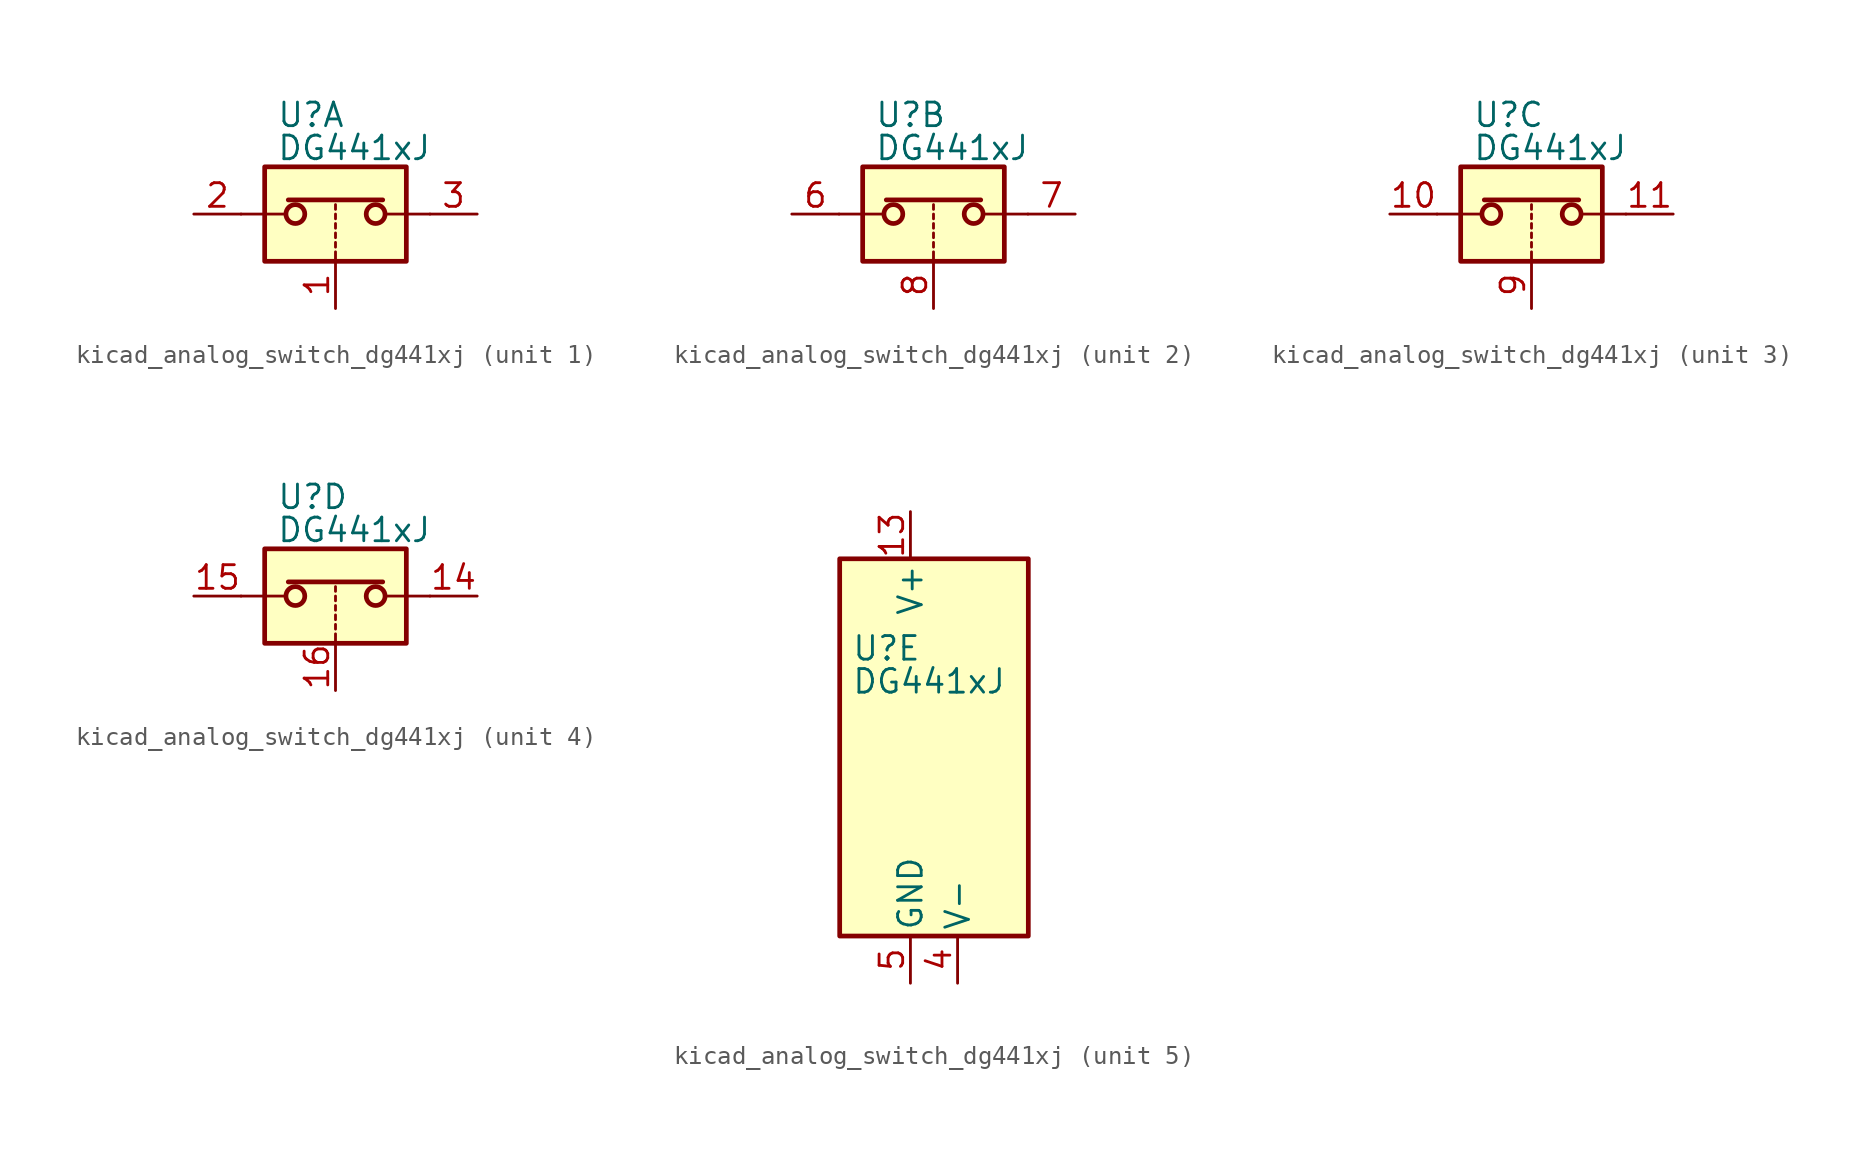
<source format=kicad_sym>
(kicad_symbol_lib
  (version 20220914)
  (generator kicad_symbol_editor)
  (symbol "kicad_analog_switch_dg441xj"
    (pin_names
      (offset 0.254))
    (property "Reference" "U"
      (at -3.175 5.334 0)
      (effects (font (size 1.27 1.27)) (justify left)))
    (property "Value" "DG441xJ"
      (at -3.175 3.556 0)
      (effects (font (size 1.27 1.27)) (justify left)))
    (symbol "kicad_analog_switch_dg441xj_1_1"
      (rectangle (start -3.81 2.54) (end 3.81 -2.54) (stroke (width 0.254) (type default)) (fill (type background)))
      (circle (center -2.159 0) (radius 0.508) (stroke (width 0.254) (type default)) (fill (type none)))
      (polyline (pts (xy -5.08 0) (xy -2.794 0)) (stroke (width 0) (type default)) (fill (type none)))
      (polyline (pts (xy -2.54 0.762) (xy 2.54 0.762)) (stroke (width 0.254) (type default)) (fill (type none)))
      (polyline (pts (xy 0 -2.54) (xy 0 -2.032)) (stroke (width 0) (type default)) (fill (type none)))
      (polyline (pts (xy 0 -1.778) (xy 0 -1.524)) (stroke (width 0) (type default)) (fill (type none)))
      (polyline (pts (xy 0 -1.27) (xy 0 -1.016)) (stroke (width 0) (type default)) (fill (type none)))
      (polyline (pts (xy 0 -0.762) (xy 0 -0.508)) (stroke (width 0) (type default)) (fill (type none)))
      (polyline (pts (xy 0 -0.254) (xy 0 0)) (stroke (width 0) (type default)) (fill (type none)))
      (polyline (pts (xy 0 0.254) (xy 0 0.508)) (stroke (width 0) (type default)) (fill (type none)))
      (polyline (pts (xy 5.08 0) (xy 2.794 0)) (stroke (width 0) (type default)) (fill (type none)))
      (circle (center 2.159 0) (radius 0.508) (stroke (width 0.254) (type default)) (fill (type none)))
      (pin input line (at 0 -5.08 90) (length 2.54) (name "~" (effects (font (size 1.27 1.27)))) (number "1" (effects (font (size 1.27 1.27)))))
      (pin passive line (at -7.62 0 0) (length 2.54) (name "~" (effects (font (size 1.27 1.27)))) (number "2" (effects (font (size 1.27 1.27)))))
      (pin passive line (at 7.62 0 180) (length 2.54) (name "~" (effects (font (size 1.27 1.27)))) (number "3" (effects (font (size 1.27 1.27))))))
    (symbol "kicad_analog_switch_dg441xj_2_1"
      (rectangle (start -3.81 2.54) (end 3.81 -2.54) (stroke (width 0.254) (type default)) (fill (type background)))
      (circle (center -2.159 0) (radius 0.508) (stroke (width 0.254) (type default)) (fill (type none)))
      (polyline (pts (xy -5.08 0) (xy -2.794 0)) (stroke (width 0) (type default)) (fill (type none)))
      (polyline (pts (xy -2.54 0.762) (xy 2.54 0.762)) (stroke (width 0.254) (type default)) (fill (type none)))
      (polyline (pts (xy 0 -2.54) (xy 0 -2.032)) (stroke (width 0) (type default)) (fill (type none)))
      (polyline (pts (xy 0 -1.778) (xy 0 -1.524)) (stroke (width 0) (type default)) (fill (type none)))
      (polyline (pts (xy 0 -1.27) (xy 0 -1.016)) (stroke (width 0) (type default)) (fill (type none)))
      (polyline (pts (xy 0 -0.762) (xy 0 -0.508)) (stroke (width 0) (type default)) (fill (type none)))
      (polyline (pts (xy 0 -0.254) (xy 0 0)) (stroke (width 0) (type default)) (fill (type none)))
      (polyline (pts (xy 0 0.254) (xy 0 0.508)) (stroke (width 0) (type default)) (fill (type none)))
      (polyline (pts (xy 5.08 0) (xy 2.794 0)) (stroke (width 0) (type default)) (fill (type none)))
      (circle (center 2.159 0) (radius 0.508) (stroke (width 0.254) (type default)) (fill (type none)))
      (pin passive line (at -7.62 0 0) (length 2.54) (name "~" (effects (font (size 1.27 1.27)))) (number "6" (effects (font (size 1.27 1.27)))))
      (pin passive line (at 7.62 0 180) (length 2.54) (name "~" (effects (font (size 1.27 1.27)))) (number "7" (effects (font (size 1.27 1.27)))))
      (pin input line (at 0 -5.08 90) (length 2.54) (name "~" (effects (font (size 1.27 1.27)))) (number "8" (effects (font (size 1.27 1.27))))))
    (symbol "kicad_analog_switch_dg441xj_3_1"
      (rectangle (start -3.81 2.54) (end 3.81 -2.54) (stroke (width 0.254) (type default)) (fill (type background)))
      (circle (center -2.159 0) (radius 0.508) (stroke (width 0.254) (type default)) (fill (type none)))
      (polyline (pts (xy -5.08 0) (xy -2.794 0)) (stroke (width 0) (type default)) (fill (type none)))
      (polyline (pts (xy -2.54 0.762) (xy 2.54 0.762)) (stroke (width 0.254) (type default)) (fill (type none)))
      (polyline (pts (xy 0 -2.54) (xy 0 -2.032)) (stroke (width 0) (type default)) (fill (type none)))
      (polyline (pts (xy 0 -1.778) (xy 0 -1.524)) (stroke (width 0) (type default)) (fill (type none)))
      (polyline (pts (xy 0 -1.27) (xy 0 -1.016)) (stroke (width 0) (type default)) (fill (type none)))
      (polyline (pts (xy 0 -0.762) (xy 0 -0.508)) (stroke (width 0) (type default)) (fill (type none)))
      (polyline (pts (xy 0 -0.254) (xy 0 0)) (stroke (width 0) (type default)) (fill (type none)))
      (polyline (pts (xy 0 0.254) (xy 0 0.508)) (stroke (width 0) (type default)) (fill (type none)))
      (polyline (pts (xy 5.08 0) (xy 2.794 0)) (stroke (width 0) (type default)) (fill (type none)))
      (circle (center 2.159 0) (radius 0.508) (stroke (width 0.254) (type default)) (fill (type none)))
      (pin passive line (at -7.62 0 0) (length 2.54) (name "~" (effects (font (size 1.27 1.27)))) (number "10" (effects (font (size 1.27 1.27)))))
      (pin passive line (at 7.62 0 180) (length 2.54) (name "~" (effects (font (size 1.27 1.27)))) (number "11" (effects (font (size 1.27 1.27)))))
      (pin input line (at 0 -5.08 90) (length 2.54) (name "~" (effects (font (size 1.27 1.27)))) (number "9" (effects (font (size 1.27 1.27))))))
    (symbol "kicad_analog_switch_dg441xj_4_1"
      (rectangle (start -3.81 2.54) (end 3.81 -2.54) (stroke (width 0.254) (type default)) (fill (type background)))
      (circle (center -2.159 0) (radius 0.508) (stroke (width 0.254) (type default)) (fill (type none)))
      (polyline (pts (xy -5.08 0) (xy -2.794 0)) (stroke (width 0) (type default)) (fill (type none)))
      (polyline (pts (xy -2.54 0.762) (xy 2.54 0.762)) (stroke (width 0.254) (type default)) (fill (type none)))
      (polyline (pts (xy 0 -2.54) (xy 0 -2.032)) (stroke (width 0) (type default)) (fill (type none)))
      (polyline (pts (xy 0 -1.778) (xy 0 -1.524)) (stroke (width 0) (type default)) (fill (type none)))
      (polyline (pts (xy 0 -1.27) (xy 0 -1.016)) (stroke (width 0) (type default)) (fill (type none)))
      (polyline (pts (xy 0 -0.762) (xy 0 -0.508)) (stroke (width 0) (type default)) (fill (type none)))
      (polyline (pts (xy 0 -0.254) (xy 0 0)) (stroke (width 0) (type default)) (fill (type none)))
      (polyline (pts (xy 0 0.254) (xy 0 0.508)) (stroke (width 0) (type default)) (fill (type none)))
      (polyline (pts (xy 5.08 0) (xy 2.794 0)) (stroke (width 0) (type default)) (fill (type none)))
      (circle (center 2.159 0) (radius 0.508) (stroke (width 0.254) (type default)) (fill (type none)))
      (pin passive line (at 7.62 0 180) (length 2.54) (name "~" (effects (font (size 1.27 1.27)))) (number "14" (effects (font (size 1.27 1.27)))))
      (pin passive line (at -7.62 0 0) (length 2.54) (name "~" (effects (font (size 1.27 1.27)))) (number "15" (effects (font (size 1.27 1.27)))))
      (pin input line (at 0 -5.08 90) (length 2.54) (name "~" (effects (font (size 1.27 1.27)))) (number "16" (effects (font (size 1.27 1.27))))))
    (symbol "kicad_analog_switch_dg441xj_5_0"
      (pin no_connect line (at 2.54 10.16 270) (length 2.54) hide (name "NC" (effects (font (size 1.27 1.27)))) (number "12" (effects (font (size 1.27 1.27)))))
      (pin power_in line (at 0 12.7 270) (length 2.54) (name "V+" (effects (font (size 1.27 1.27)))) (number "13" (effects (font (size 1.27 1.27)))))
      (pin power_in line (at 2.54 -12.7 90) (length 2.54) (name "V-" (effects (font (size 1.27 1.27)))) (number "4" (effects (font (size 1.27 1.27)))))
      (pin power_in line (at 0 -12.7 90) (length 2.54) (name "GND" (effects (font (size 1.27 1.27)))) (number "5" (effects (font (size 1.27 1.27))))))
    (symbol "kicad_analog_switch_dg441xj_5_1"
      (rectangle (start -3.81 10.16) (end 6.35 -10.16) (stroke (width 0.254) (type default)) (fill (type background))))))
</source>
